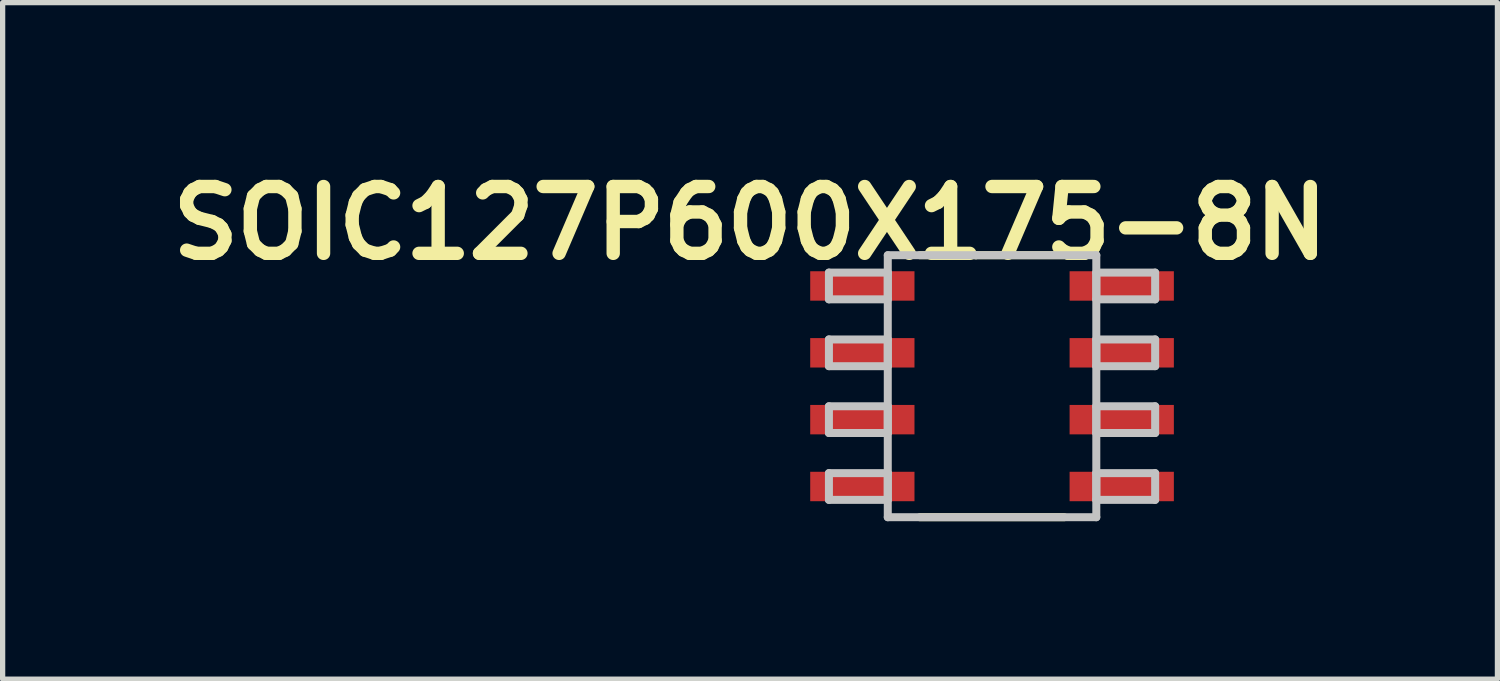
<source format=kicad_pcb>
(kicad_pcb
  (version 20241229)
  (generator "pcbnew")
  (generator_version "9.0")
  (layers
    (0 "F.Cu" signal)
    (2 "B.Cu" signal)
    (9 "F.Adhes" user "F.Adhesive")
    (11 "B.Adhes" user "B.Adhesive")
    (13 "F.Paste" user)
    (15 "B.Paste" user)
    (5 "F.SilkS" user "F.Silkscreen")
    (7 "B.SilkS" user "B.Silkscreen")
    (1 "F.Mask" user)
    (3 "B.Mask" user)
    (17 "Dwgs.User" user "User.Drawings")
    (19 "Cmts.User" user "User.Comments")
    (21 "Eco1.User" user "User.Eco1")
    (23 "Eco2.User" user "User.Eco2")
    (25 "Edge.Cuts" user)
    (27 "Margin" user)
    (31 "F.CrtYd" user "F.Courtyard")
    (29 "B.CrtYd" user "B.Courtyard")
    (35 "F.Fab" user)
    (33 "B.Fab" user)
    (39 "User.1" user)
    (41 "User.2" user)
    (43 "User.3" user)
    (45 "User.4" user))
  (footprint "SOIC127P600X175-8N"
    (layer "F.Cu")
    (at 15.798 4.288)
    (property "Reference" "SOIC127P600X175-8N" (at -4.597 -3.099 0) (layer "F.SilkS") (effects (font (size 1.27 1.27) (thickness 0.254))))
    (attr smd)
    (fp_line (start -1.372 2.489) (end 1.372 2.489) (stroke (width 0.152) (type solid)) (layer "F.SilkS"))
    (fp_line (start -0.305 -2.489) (end -1.372 -2.489) (stroke (width 0.152) (type solid)) (layer "F.SilkS"))
    (fp_line (start 1.372 -2.489) (end -0.305 -2.489) (stroke (width 0.152) (type solid)) (layer "F.SilkS"))
    (fp_line (start -3.099 -2.159) (end -3.099 -1.651) (stroke (width 0.152) (type solid)) (layer "Dwgs.User"))
    (fp_line (start -3.099 -1.651) (end -1.981 -1.651) (stroke (width 0.152) (type solid)) (layer "Dwgs.User"))
    (fp_line (start -3.099 -0.889) (end -3.099 -0.381) (stroke (width 0.152) (type solid)) (layer "Dwgs.User"))
    (fp_line (start -3.099 -0.381) (end -1.981 -0.381) (stroke (width 0.152) (type solid)) (layer "Dwgs.User"))
    (fp_line (start -3.099 0.381) (end -3.099 0.889) (stroke (width 0.152) (type solid)) (layer "Dwgs.User"))
    (fp_line (start -3.099 0.889) (end -1.981 0.889) (stroke (width 0.152) (type solid)) (layer "Dwgs.User"))
    (fp_line (start -3.099 1.651) (end -3.099 2.159) (stroke (width 0.152) (type solid)) (layer "Dwgs.User"))
    (fp_line (start -3.099 2.159) (end -1.981 2.159) (stroke (width 0.152) (type solid)) (layer "Dwgs.User"))
    (fp_line (start -1.981 -2.489) (end -1.981 2.489) (stroke (width 0.152) (type solid)) (layer "Dwgs.User"))
    (fp_line (start -1.981 -2.159) (end -3.099 -2.159) (stroke (width 0.152) (type solid)) (layer "Dwgs.User"))
    (fp_line (start -1.981 -1.651) (end -1.981 -2.159) (stroke (width 0.152) (type solid)) (layer "Dwgs.User"))
    (fp_line (start -1.981 -0.889) (end -3.099 -0.889) (stroke (width 0.152) (type solid)) (layer "Dwgs.User"))
    (fp_line (start -1.981 -0.381) (end -1.981 -0.889) (stroke (width 0.152) (type solid)) (layer "Dwgs.User"))
    (fp_line (start -1.981 0.381) (end -3.099 0.381) (stroke (width 0.152) (type solid)) (layer "Dwgs.User"))
    (fp_line (start -1.981 0.889) (end -1.981 0.381) (stroke (width 0.152) (type solid)) (layer "Dwgs.User"))
    (fp_line (start -1.981 1.651) (end -3.099 1.651) (stroke (width 0.152) (type solid)) (layer "Dwgs.User"))
    (fp_line (start -1.981 2.159) (end -1.981 1.651) (stroke (width 0.152) (type solid)) (layer "Dwgs.User"))
    (fp_line (start -1.981 2.489) (end 1.981 2.489) (stroke (width 0.152) (type solid)) (layer "Dwgs.User"))
    (fp_line (start -0.305 -2.489) (end -1.981 -2.489) (stroke (width 0.152) (type solid)) (layer "Dwgs.User"))
    (fp_line (start 1.981 -2.489) (end -0.305 -2.489) (stroke (width 0.152) (type solid)) (layer "Dwgs.User"))
    (fp_line (start 1.981 -2.159) (end 1.981 -1.651) (stroke (width 0.152) (type solid)) (layer "Dwgs.User"))
    (fp_line (start 1.981 -1.651) (end 3.099 -1.651) (stroke (width 0.152) (type solid)) (layer "Dwgs.User"))
    (fp_line (start 1.981 -0.889) (end 1.981 -0.381) (stroke (width 0.152) (type solid)) (layer "Dwgs.User"))
    (fp_line (start 1.981 -0.381) (end 3.099 -0.381) (stroke (width 0.152) (type solid)) (layer "Dwgs.User"))
    (fp_line (start 1.981 0.381) (end 1.981 0.889) (stroke (width 0.152) (type solid)) (layer "Dwgs.User"))
    (fp_line (start 1.981 0.889) (end 3.099 0.889) (stroke (width 0.152) (type solid)) (layer "Dwgs.User"))
    (fp_line (start 1.981 1.651) (end 1.981 2.159) (stroke (width 0.152) (type solid)) (layer "Dwgs.User"))
    (fp_line (start 1.981 2.159) (end 3.099 2.159) (stroke (width 0.152) (type solid)) (layer "Dwgs.User"))
    (fp_line (start 1.981 2.489) (end 1.981 -2.489) (stroke (width 0.152) (type solid)) (layer "Dwgs.User"))
    (fp_line (start 3.099 -2.159) (end 1.981 -2.159) (stroke (width 0.152) (type solid)) (layer "Dwgs.User"))
    (fp_line (start 3.099 -1.651) (end 3.099 -2.159) (stroke (width 0.152) (type solid)) (layer "Dwgs.User"))
    (fp_line (start 3.099 -0.889) (end 1.981 -0.889) (stroke (width 0.152) (type solid)) (layer "Dwgs.User"))
    (fp_line (start 3.099 -0.381) (end 3.099 -0.889) (stroke (width 0.152) (type solid)) (layer "Dwgs.User"))
    (fp_line (start 3.099 0.381) (end 1.981 0.381) (stroke (width 0.152) (type solid)) (layer "Dwgs.User"))
    (fp_line (start 3.099 0.889) (end 3.099 0.381) (stroke (width 0.152) (type solid)) (layer "Dwgs.User"))
    (fp_line (start 3.099 1.651) (end 1.981 1.651) (stroke (width 0.152) (type solid)) (layer "Dwgs.User"))
    (fp_line (start 3.099 2.159) (end 3.099 1.651) (stroke (width 0.152) (type solid)) (layer "Dwgs.User"))
    (pad "1" smd rect (at -2.464 -1.905 90) (size 0.559 1.981) (layers "F.Cu" "F.Paste"))
    (pad "2" smd rect (at -2.464 -0.635 90) (size 0.559 1.981) (layers "F.Cu" "F.Paste"))
    (pad "3" smd rect (at -2.464 0.635 90) (size 0.559 1.981) (layers "F.Cu" "F.Paste"))
    (pad "4" smd rect (at -2.464 1.905 90) (size 0.559 1.981) (layers "F.Cu" "F.Paste"))
    (pad "5" smd rect (at 2.464 1.905 90) (size 0.559 1.981) (layers "F.Cu" "F.Paste"))
    (pad "6" smd rect (at 2.464 0.635 90) (size 0.559 1.981) (layers "F.Cu" "F.Paste"))
    (pad "7" smd rect (at 2.464 -0.635 90) (size 0.559 1.981) (layers "F.Cu" "F.Paste"))
    (pad "8" smd rect (at 2.464 -1.905 90) (size 0.559 1.981) (layers "F.Cu" "F.Paste")))
  (gr_rect
    (start -3 -3)
    (end 25.4 9.853)
    (stroke (width 0.1) (type default))
    (fill no)
    (layer "Edge.Cuts")))
</source>
